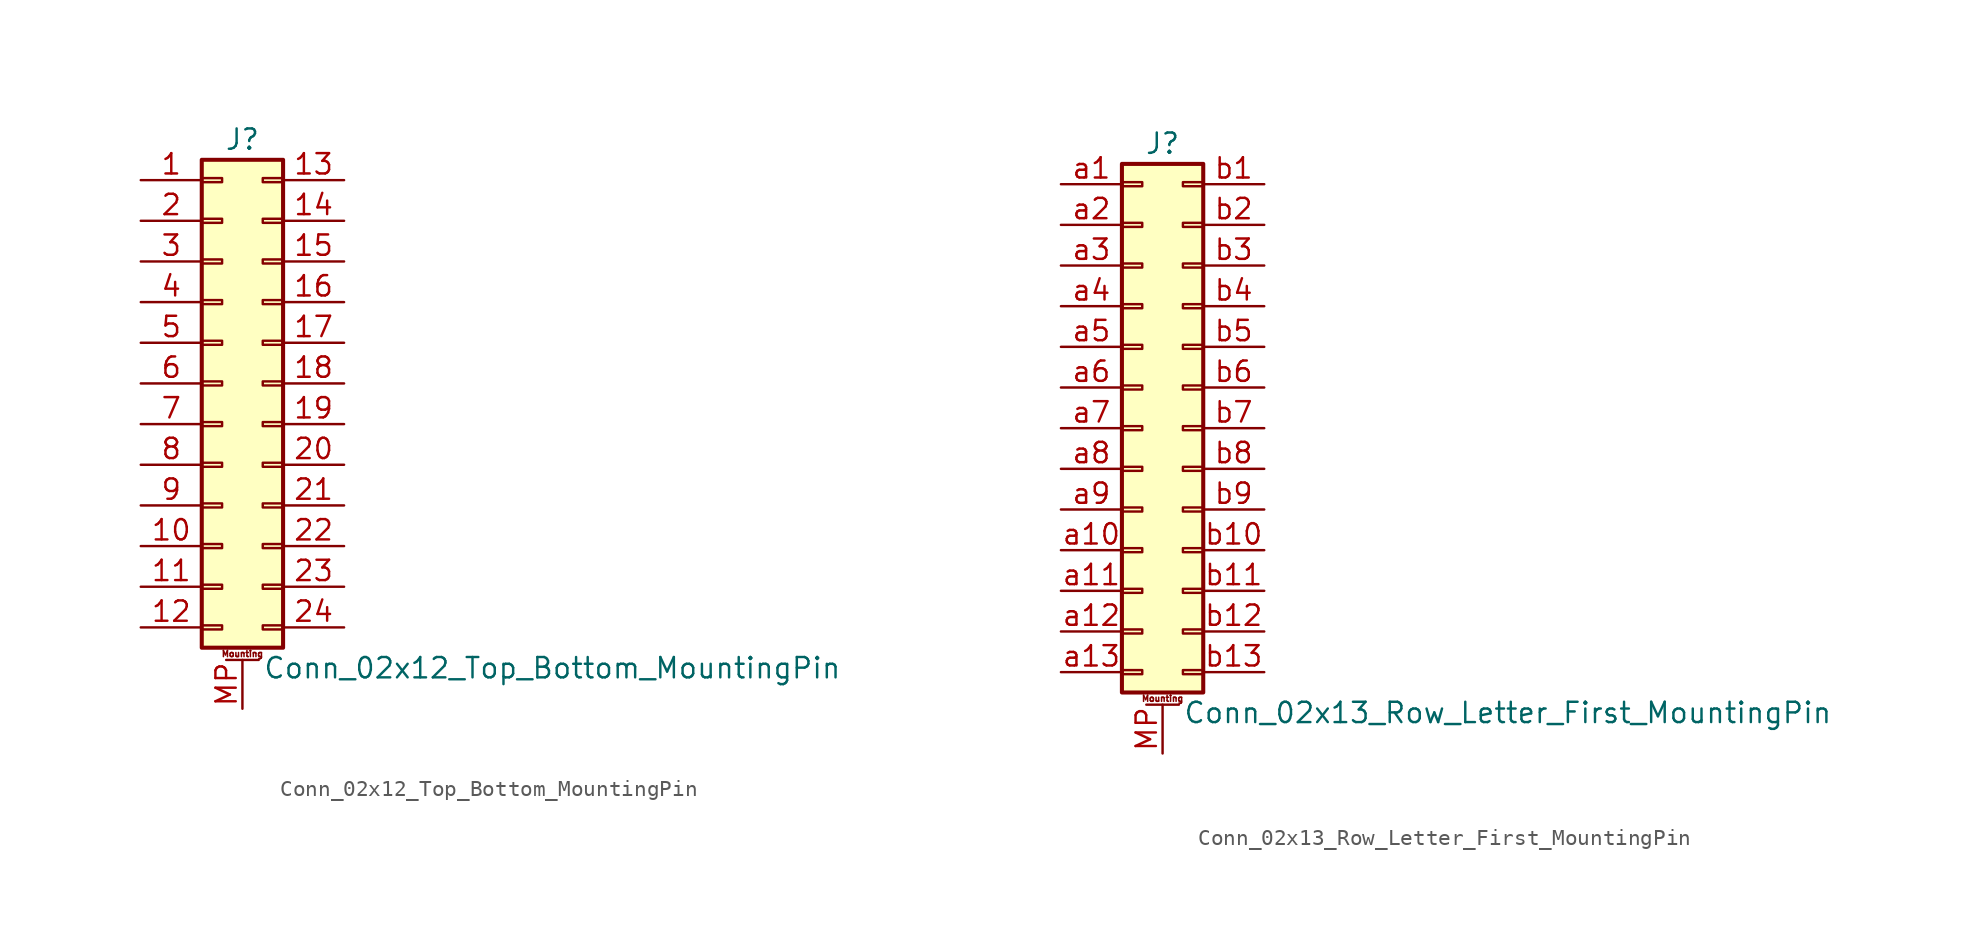
<source format=kicad_sym>
(kicad_symbol_lib
  (version 20211014)
  (generator kicad_symbol_editor)
  (symbol "Conn_02x12_Top_Bottom_MountingPin"
    (pin_names
      (offset 1.016) hide)
    (property "Reference" "J"
      (at 1.27 15.24 0)
      (effects (font (size 1.27 1.27))))
    (property "Value" "Conn_02x12_Top_Bottom_MountingPin"
      (at 2.54 -17.78 0)
      (effects (font (size 1.27 1.27)) (justify left)))
    (symbol "Conn_02x12_Top_Bottom_MountingPin_1_1"
      (rectangle (start -1.27 -15.113) (end 0 -15.367) (stroke (width 0.152) (type default) (color 0 0 0 0)) (fill (type none)))
      (rectangle (start -1.27 -12.573) (end 0 -12.827) (stroke (width 0.152) (type default) (color 0 0 0 0)) (fill (type none)))
      (rectangle (start -1.27 -10.033) (end 0 -10.287) (stroke (width 0.152) (type default) (color 0 0 0 0)) (fill (type none)))
      (rectangle (start -1.27 -7.493) (end 0 -7.747) (stroke (width 0.152) (type default) (color 0 0 0 0)) (fill (type none)))
      (rectangle (start -1.27 -4.953) (end 0 -5.207) (stroke (width 0.152) (type default) (color 0 0 0 0)) (fill (type none)))
      (rectangle (start -1.27 -2.413) (end 0 -2.667) (stroke (width 0.152) (type default) (color 0 0 0 0)) (fill (type none)))
      (rectangle (start -1.27 0.127) (end 0 -0.127) (stroke (width 0.152) (type default) (color 0 0 0 0)) (fill (type none)))
      (rectangle (start -1.27 2.667) (end 0 2.413) (stroke (width 0.152) (type default) (color 0 0 0 0)) (fill (type none)))
      (rectangle (start -1.27 5.207) (end 0 4.953) (stroke (width 0.152) (type default) (color 0 0 0 0)) (fill (type none)))
      (rectangle (start -1.27 7.747) (end 0 7.493) (stroke (width 0.152) (type default) (color 0 0 0 0)) (fill (type none)))
      (rectangle (start -1.27 10.287) (end 0 10.033) (stroke (width 0.152) (type default) (color 0 0 0 0)) (fill (type none)))
      (rectangle (start -1.27 12.827) (end 0 12.573) (stroke (width 0.152) (type default) (color 0 0 0 0)) (fill (type none)))
      (rectangle (start -1.27 13.97) (end 3.81 -16.51) (stroke (width 0.254) (type default) (color 0 0 0 0)) (fill (type background)))
      (polyline (pts (xy 0.254 -17.272) (xy 2.286 -17.272)) (stroke (width 0.152) (type default) (color 0 0 0 0)) (fill (type none)))
      (rectangle (start 3.81 -15.113) (end 2.54 -15.367) (stroke (width 0.152) (type default) (color 0 0 0 0)) (fill (type none)))
      (rectangle (start 3.81 -12.573) (end 2.54 -12.827) (stroke (width 0.152) (type default) (color 0 0 0 0)) (fill (type none)))
      (rectangle (start 3.81 -10.033) (end 2.54 -10.287) (stroke (width 0.152) (type default) (color 0 0 0 0)) (fill (type none)))
      (rectangle (start 3.81 -7.493) (end 2.54 -7.747) (stroke (width 0.152) (type default) (color 0 0 0 0)) (fill (type none)))
      (rectangle (start 3.81 -4.953) (end 2.54 -5.207) (stroke (width 0.152) (type default) (color 0 0 0 0)) (fill (type none)))
      (rectangle (start 3.81 -2.413) (end 2.54 -2.667) (stroke (width 0.152) (type default) (color 0 0 0 0)) (fill (type none)))
      (rectangle (start 3.81 0.127) (end 2.54 -0.127) (stroke (width 0.152) (type default) (color 0 0 0 0)) (fill (type none)))
      (rectangle (start 3.81 2.667) (end 2.54 2.413) (stroke (width 0.152) (type default) (color 0 0 0 0)) (fill (type none)))
      (rectangle (start 3.81 5.207) (end 2.54 4.953) (stroke (width 0.152) (type default) (color 0 0 0 0)) (fill (type none)))
      (rectangle (start 3.81 7.747) (end 2.54 7.493) (stroke (width 0.152) (type default) (color 0 0 0 0)) (fill (type none)))
      (rectangle (start 3.81 10.287) (end 2.54 10.033) (stroke (width 0.152) (type default) (color 0 0 0 0)) (fill (type none)))
      (rectangle (start 3.81 12.827) (end 2.54 12.573) (stroke (width 0.152) (type default) (color 0 0 0 0)) (fill (type none)))
      (text "Mounting" (at 1.27 -16.891 0) (effects (font (size 0.381 0.381))))
      (pin passive line (at -5.08 12.7 0) (length 3.81) (name "Pin_1" (effects (font (size 1.27 1.27)))) (number "1" (effects (font (size 1.27 1.27)))))
      (pin passive line (at -5.08 -10.16 0) (length 3.81) (name "Pin_10" (effects (font (size 1.27 1.27)))) (number "10" (effects (font (size 1.27 1.27)))))
      (pin passive line (at -5.08 -12.7 0) (length 3.81) (name "Pin_11" (effects (font (size 1.27 1.27)))) (number "11" (effects (font (size 1.27 1.27)))))
      (pin passive line (at -5.08 -15.24 0) (length 3.81) (name "Pin_12" (effects (font (size 1.27 1.27)))) (number "12" (effects (font (size 1.27 1.27)))))
      (pin passive line (at 7.62 12.7 180) (length 3.81) (name "Pin_13" (effects (font (size 1.27 1.27)))) (number "13" (effects (font (size 1.27 1.27)))))
      (pin passive line (at 7.62 10.16 180) (length 3.81) (name "Pin_14" (effects (font (size 1.27 1.27)))) (number "14" (effects (font (size 1.27 1.27)))))
      (pin passive line (at 7.62 7.62 180) (length 3.81) (name "Pin_15" (effects (font (size 1.27 1.27)))) (number "15" (effects (font (size 1.27 1.27)))))
      (pin passive line (at 7.62 5.08 180) (length 3.81) (name "Pin_16" (effects (font (size 1.27 1.27)))) (number "16" (effects (font (size 1.27 1.27)))))
      (pin passive line (at 7.62 2.54 180) (length 3.81) (name "Pin_17" (effects (font (size 1.27 1.27)))) (number "17" (effects (font (size 1.27 1.27)))))
      (pin passive line (at 7.62 0 180) (length 3.81) (name "Pin_18" (effects (font (size 1.27 1.27)))) (number "18" (effects (font (size 1.27 1.27)))))
      (pin passive line (at 7.62 -2.54 180) (length 3.81) (name "Pin_19" (effects (font (size 1.27 1.27)))) (number "19" (effects (font (size 1.27 1.27)))))
      (pin passive line (at -5.08 10.16 0) (length 3.81) (name "Pin_2" (effects (font (size 1.27 1.27)))) (number "2" (effects (font (size 1.27 1.27)))))
      (pin passive line (at 7.62 -5.08 180) (length 3.81) (name "Pin_20" (effects (font (size 1.27 1.27)))) (number "20" (effects (font (size 1.27 1.27)))))
      (pin passive line (at 7.62 -7.62 180) (length 3.81) (name "Pin_21" (effects (font (size 1.27 1.27)))) (number "21" (effects (font (size 1.27 1.27)))))
      (pin passive line (at 7.62 -10.16 180) (length 3.81) (name "Pin_22" (effects (font (size 1.27 1.27)))) (number "22" (effects (font (size 1.27 1.27)))))
      (pin passive line (at 7.62 -12.7 180) (length 3.81) (name "Pin_23" (effects (font (size 1.27 1.27)))) (number "23" (effects (font (size 1.27 1.27)))))
      (pin passive line (at 7.62 -15.24 180) (length 3.81) (name "Pin_24" (effects (font (size 1.27 1.27)))) (number "24" (effects (font (size 1.27 1.27)))))
      (pin passive line (at -5.08 7.62 0) (length 3.81) (name "Pin_3" (effects (font (size 1.27 1.27)))) (number "3" (effects (font (size 1.27 1.27)))))
      (pin passive line (at -5.08 5.08 0) (length 3.81) (name "Pin_4" (effects (font (size 1.27 1.27)))) (number "4" (effects (font (size 1.27 1.27)))))
      (pin passive line (at -5.08 2.54 0) (length 3.81) (name "Pin_5" (effects (font (size 1.27 1.27)))) (number "5" (effects (font (size 1.27 1.27)))))
      (pin passive line (at -5.08 0 0) (length 3.81) (name "Pin_6" (effects (font (size 1.27 1.27)))) (number "6" (effects (font (size 1.27 1.27)))))
      (pin passive line (at -5.08 -2.54 0) (length 3.81) (name "Pin_7" (effects (font (size 1.27 1.27)))) (number "7" (effects (font (size 1.27 1.27)))))
      (pin passive line (at -5.08 -5.08 0) (length 3.81) (name "Pin_8" (effects (font (size 1.27 1.27)))) (number "8" (effects (font (size 1.27 1.27)))))
      (pin passive line (at -5.08 -7.62 0) (length 3.81) (name "Pin_9" (effects (font (size 1.27 1.27)))) (number "9" (effects (font (size 1.27 1.27)))))
      (pin passive line (at 1.27 -20.32 90) (length 3.048) (name "MountPin" (effects (font (size 1.27 1.27)))) (number "MP" (effects (font (size 1.27 1.27)))))))
  (symbol "Conn_02x13_Row_Letter_First_MountingPin"
    (pin_names
      (offset 1.016) hide)
    (property "Reference" "J"
      (at 1.27 17.78 0)
      (effects (font (size 1.27 1.27))))
    (property "Value" "Conn_02x13_Row_Letter_First_MountingPin"
      (at 2.54 -17.78 0)
      (effects (font (size 1.27 1.27)) (justify left)))
    (symbol "Conn_02x13_Row_Letter_First_MountingPin_1_1"
      (rectangle (start -1.27 -15.113) (end 0 -15.367) (stroke (width 0.152) (type default) (color 0 0 0 0)) (fill (type none)))
      (rectangle (start -1.27 -12.573) (end 0 -12.827) (stroke (width 0.152) (type default) (color 0 0 0 0)) (fill (type none)))
      (rectangle (start -1.27 -10.033) (end 0 -10.287) (stroke (width 0.152) (type default) (color 0 0 0 0)) (fill (type none)))
      (rectangle (start -1.27 -7.493) (end 0 -7.747) (stroke (width 0.152) (type default) (color 0 0 0 0)) (fill (type none)))
      (rectangle (start -1.27 -4.953) (end 0 -5.207) (stroke (width 0.152) (type default) (color 0 0 0 0)) (fill (type none)))
      (rectangle (start -1.27 -2.413) (end 0 -2.667) (stroke (width 0.152) (type default) (color 0 0 0 0)) (fill (type none)))
      (rectangle (start -1.27 0.127) (end 0 -0.127) (stroke (width 0.152) (type default) (color 0 0 0 0)) (fill (type none)))
      (rectangle (start -1.27 2.667) (end 0 2.413) (stroke (width 0.152) (type default) (color 0 0 0 0)) (fill (type none)))
      (rectangle (start -1.27 5.207) (end 0 4.953) (stroke (width 0.152) (type default) (color 0 0 0 0)) (fill (type none)))
      (rectangle (start -1.27 7.747) (end 0 7.493) (stroke (width 0.152) (type default) (color 0 0 0 0)) (fill (type none)))
      (rectangle (start -1.27 10.287) (end 0 10.033) (stroke (width 0.152) (type default) (color 0 0 0 0)) (fill (type none)))
      (rectangle (start -1.27 12.827) (end 0 12.573) (stroke (width 0.152) (type default) (color 0 0 0 0)) (fill (type none)))
      (rectangle (start -1.27 15.367) (end 0 15.113) (stroke (width 0.152) (type default) (color 0 0 0 0)) (fill (type none)))
      (rectangle (start -1.27 16.51) (end 3.81 -16.51) (stroke (width 0.254) (type default) (color 0 0 0 0)) (fill (type background)))
      (polyline (pts (xy 0.254 -17.272) (xy 2.286 -17.272)) (stroke (width 0.152) (type default) (color 0 0 0 0)) (fill (type none)))
      (rectangle (start 3.81 -15.113) (end 2.54 -15.367) (stroke (width 0.152) (type default) (color 0 0 0 0)) (fill (type none)))
      (rectangle (start 3.81 -12.573) (end 2.54 -12.827) (stroke (width 0.152) (type default) (color 0 0 0 0)) (fill (type none)))
      (rectangle (start 3.81 -10.033) (end 2.54 -10.287) (stroke (width 0.152) (type default) (color 0 0 0 0)) (fill (type none)))
      (rectangle (start 3.81 -7.493) (end 2.54 -7.747) (stroke (width 0.152) (type default) (color 0 0 0 0)) (fill (type none)))
      (rectangle (start 3.81 -4.953) (end 2.54 -5.207) (stroke (width 0.152) (type default) (color 0 0 0 0)) (fill (type none)))
      (rectangle (start 3.81 -2.413) (end 2.54 -2.667) (stroke (width 0.152) (type default) (color 0 0 0 0)) (fill (type none)))
      (rectangle (start 3.81 0.127) (end 2.54 -0.127) (stroke (width 0.152) (type default) (color 0 0 0 0)) (fill (type none)))
      (rectangle (start 3.81 2.667) (end 2.54 2.413) (stroke (width 0.152) (type default) (color 0 0 0 0)) (fill (type none)))
      (rectangle (start 3.81 5.207) (end 2.54 4.953) (stroke (width 0.152) (type default) (color 0 0 0 0)) (fill (type none)))
      (rectangle (start 3.81 7.747) (end 2.54 7.493) (stroke (width 0.152) (type default) (color 0 0 0 0)) (fill (type none)))
      (rectangle (start 3.81 10.287) (end 2.54 10.033) (stroke (width 0.152) (type default) (color 0 0 0 0)) (fill (type none)))
      (rectangle (start 3.81 12.827) (end 2.54 12.573) (stroke (width 0.152) (type default) (color 0 0 0 0)) (fill (type none)))
      (rectangle (start 3.81 15.367) (end 2.54 15.113) (stroke (width 0.152) (type default) (color 0 0 0 0)) (fill (type none)))
      (text "Mounting" (at 1.27 -16.891 0) (effects (font (size 0.381 0.381))))
      (pin passive line (at 1.27 -20.32 90) (length 3.048) (name "MountPin" (effects (font (size 1.27 1.27)))) (number "MP" (effects (font (size 1.27 1.27)))))
      (pin passive line (at -5.08 15.24 0) (length 3.81) (name "Pin_a1" (effects (font (size 1.27 1.27)))) (number "a1" (effects (font (size 1.27 1.27)))))
      (pin passive line (at -5.08 -7.62 0) (length 3.81) (name "Pin_a10" (effects (font (size 1.27 1.27)))) (number "a10" (effects (font (size 1.27 1.27)))))
      (pin passive line (at -5.08 -10.16 0) (length 3.81) (name "Pin_a11" (effects (font (size 1.27 1.27)))) (number "a11" (effects (font (size 1.27 1.27)))))
      (pin passive line (at -5.08 -12.7 0) (length 3.81) (name "Pin_a12" (effects (font (size 1.27 1.27)))) (number "a12" (effects (font (size 1.27 1.27)))))
      (pin passive line (at -5.08 -15.24 0) (length 3.81) (name "Pin_a13" (effects (font (size 1.27 1.27)))) (number "a13" (effects (font (size 1.27 1.27)))))
      (pin passive line (at -5.08 12.7 0) (length 3.81) (name "Pin_a2" (effects (font (size 1.27 1.27)))) (number "a2" (effects (font (size 1.27 1.27)))))
      (pin passive line (at -5.08 10.16 0) (length 3.81) (name "Pin_a3" (effects (font (size 1.27 1.27)))) (number "a3" (effects (font (size 1.27 1.27)))))
      (pin passive line (at -5.08 7.62 0) (length 3.81) (name "Pin_a4" (effects (font (size 1.27 1.27)))) (number "a4" (effects (font (size 1.27 1.27)))))
      (pin passive line (at -5.08 5.08 0) (length 3.81) (name "Pin_a5" (effects (font (size 1.27 1.27)))) (number "a5" (effects (font (size 1.27 1.27)))))
      (pin passive line (at -5.08 2.54 0) (length 3.81) (name "Pin_a6" (effects (font (size 1.27 1.27)))) (number "a6" (effects (font (size 1.27 1.27)))))
      (pin passive line (at -5.08 0 0) (length 3.81) (name "Pin_a7" (effects (font (size 1.27 1.27)))) (number "a7" (effects (font (size 1.27 1.27)))))
      (pin passive line (at -5.08 -2.54 0) (length 3.81) (name "Pin_a8" (effects (font (size 1.27 1.27)))) (number "a8" (effects (font (size 1.27 1.27)))))
      (pin passive line (at -5.08 -5.08 0) (length 3.81) (name "Pin_a9" (effects (font (size 1.27 1.27)))) (number "a9" (effects (font (size 1.27 1.27)))))
      (pin passive line (at 7.62 15.24 180) (length 3.81) (name "Pin_b1" (effects (font (size 1.27 1.27)))) (number "b1" (effects (font (size 1.27 1.27)))))
      (pin passive line (at 7.62 -7.62 180) (length 3.81) (name "Pin_b10" (effects (font (size 1.27 1.27)))) (number "b10" (effects (font (size 1.27 1.27)))))
      (pin passive line (at 7.62 -10.16 180) (length 3.81) (name "Pin_b11" (effects (font (size 1.27 1.27)))) (number "b11" (effects (font (size 1.27 1.27)))))
      (pin passive line (at 7.62 -12.7 180) (length 3.81) (name "Pin_b12" (effects (font (size 1.27 1.27)))) (number "b12" (effects (font (size 1.27 1.27)))))
      (pin passive line (at 7.62 -15.24 180) (length 3.81) (name "Pin_b13" (effects (font (size 1.27 1.27)))) (number "b13" (effects (font (size 1.27 1.27)))))
      (pin passive line (at 7.62 12.7 180) (length 3.81) (name "Pin_b2" (effects (font (size 1.27 1.27)))) (number "b2" (effects (font (size 1.27 1.27)))))
      (pin passive line (at 7.62 10.16 180) (length 3.81) (name "Pin_b3" (effects (font (size 1.27 1.27)))) (number "b3" (effects (font (size 1.27 1.27)))))
      (pin passive line (at 7.62 7.62 180) (length 3.81) (name "Pin_b4" (effects (font (size 1.27 1.27)))) (number "b4" (effects (font (size 1.27 1.27)))))
      (pin passive line (at 7.62 5.08 180) (length 3.81) (name "Pin_b5" (effects (font (size 1.27 1.27)))) (number "b5" (effects (font (size 1.27 1.27)))))
      (pin passive line (at 7.62 2.54 180) (length 3.81) (name "Pin_b6" (effects (font (size 1.27 1.27)))) (number "b6" (effects (font (size 1.27 1.27)))))
      (pin passive line (at 7.62 0 180) (length 3.81) (name "Pin_b7" (effects (font (size 1.27 1.27)))) (number "b7" (effects (font (size 1.27 1.27)))))
      (pin passive line (at 7.62 -2.54 180) (length 3.81) (name "Pin_b8" (effects (font (size 1.27 1.27)))) (number "b8" (effects (font (size 1.27 1.27)))))
      (pin passive line (at 7.62 -5.08 180) (length 3.81) (name "Pin_b9" (effects (font (size 1.27 1.27)))) (number "b9" (effects (font (size 1.27 1.27))))))))
</source>
